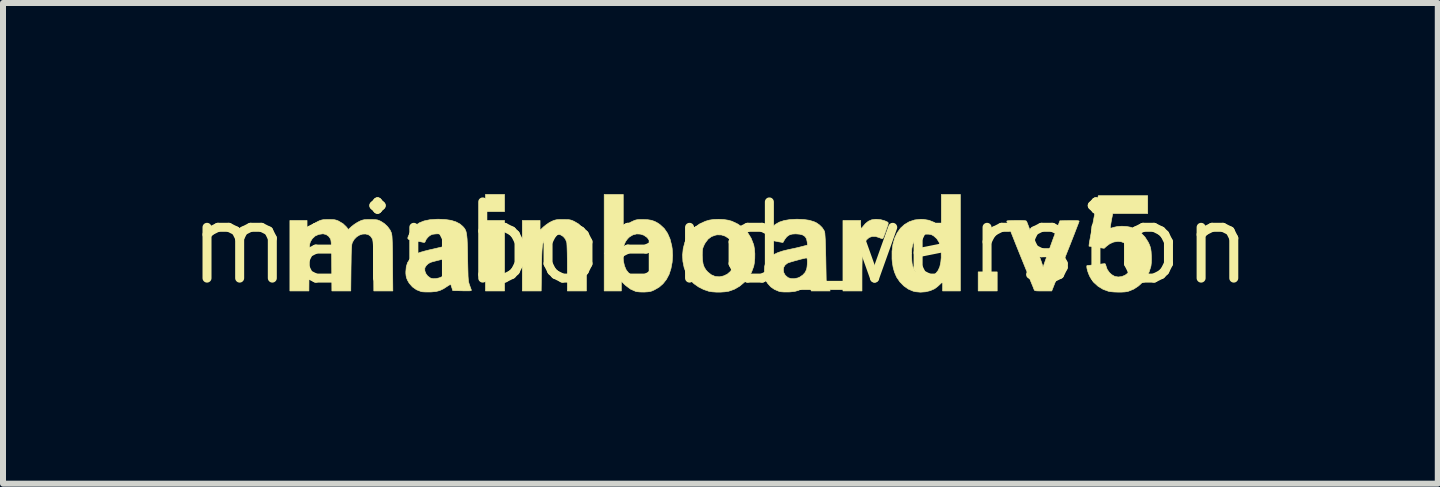
<source format=kicad_pcb>
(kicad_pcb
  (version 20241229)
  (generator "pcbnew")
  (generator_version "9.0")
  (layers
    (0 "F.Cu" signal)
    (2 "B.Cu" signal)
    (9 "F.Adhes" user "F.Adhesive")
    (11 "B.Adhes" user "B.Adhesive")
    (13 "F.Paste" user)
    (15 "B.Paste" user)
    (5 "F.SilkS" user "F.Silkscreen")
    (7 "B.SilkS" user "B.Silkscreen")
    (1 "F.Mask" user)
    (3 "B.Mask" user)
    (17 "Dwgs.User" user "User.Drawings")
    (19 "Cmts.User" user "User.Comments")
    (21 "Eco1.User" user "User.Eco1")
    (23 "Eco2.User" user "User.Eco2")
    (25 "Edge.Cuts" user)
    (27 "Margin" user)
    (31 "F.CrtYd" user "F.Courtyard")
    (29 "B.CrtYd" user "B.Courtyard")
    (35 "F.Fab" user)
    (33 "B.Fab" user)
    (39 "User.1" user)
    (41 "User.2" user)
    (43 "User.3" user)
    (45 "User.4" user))
  (footprint "mainboard_version"
    (layer "F.Cu")
    (at 8.958 1.006)
    (property "Reference" "mainboard_version" (at 0 0 0) (layer "F.SilkS") (effects (font (size 1.27 1.27) (thickness 0.15))))
    (attr through_hole)
    (fp_poly (pts (xy -3.598 -0.529) (xy -3.916 -0.529) (xy -3.916 -0.815) (xy -3.598 -0.815) (xy -3.598 -0.529)) (stroke (width 0.01) (type solid)) (fill yes) (layer "F.SilkS"))
    (fp_poly (pts (xy -3.598 0.794) (xy -3.916 0.794) (xy -3.916 -0.381) (xy -3.598 -0.381) (xy -3.598 0.794)) (stroke (width 0.01) (type solid)) (fill yes) (layer "F.SilkS"))
    (fp_poly (pts (xy 4.614 0.794) (xy 4.297 0.794) (xy 4.297 0.476) (xy 4.614 0.476) (xy 4.614 0.794)) (stroke (width 0.01) (type solid)) (fill yes) (layer "F.SilkS"))
    (fp_poly (pts (xy 2.674 -0.394) (xy 2.741 -0.375) (xy 2.787 -0.354) (xy 2.794 -0.348) (xy 2.797 -0.339) (xy 2.796 -0.323) (xy 2.789 -0.297) (xy 2.775 -0.257) (xy 2.761 -0.216) (xy 2.744 -0.168) (xy 2.728 -0.126) (xy 2.716 -0.096) (xy 2.709 -0.081) (xy 2.708 -0.081) (xy 2.695 -0.079) (xy 2.668 -0.087) (xy 2.652 -0.094) (xy 2.589 -0.114) (xy 2.531 -0.115) (xy 2.479 -0.097) (xy 2.436 -0.059) (xy 2.411 -0.02) (xy 2.397 0.011) (xy 2.386 0.046) (xy 2.377 0.088) (xy 2.371 0.139) (xy 2.366 0.201) (xy 2.363 0.278) (xy 2.361 0.37) (xy 2.36 0.481) (xy 2.36 0.505) (xy 2.36 0.794) (xy 2.043 0.794) (xy 2.043 -0.381) (xy 2.339 -0.381) (xy 2.339 -0.23) (xy 2.369 -0.271) (xy 2.418 -0.329) (xy 2.468 -0.369) (xy 2.521 -0.392) (xy 2.583 -0.401) (xy 2.606 -0.401) (xy 2.674 -0.394)) (stroke (width 0.01) (type solid)) (fill yes) (layer "F.SilkS"))
    (fp_poly (pts (xy -2.571 -0.396) (xy -2.532 -0.395) (xy -2.502 -0.39) (xy -2.476 -0.383) (xy -2.447 -0.37) (xy -2.434 -0.364) (xy -2.362 -0.321) (xy -2.307 -0.268) (xy -2.269 -0.202) (xy -2.245 -0.122) (xy -2.244 -0.117) (xy -2.241 -0.093) (xy -2.239 -0.05) (xy -2.237 0.009) (xy -2.235 0.082) (xy -2.234 0.168) (xy -2.233 0.262) (xy -2.233 0.364) (xy -2.233 0.794) (xy -2.551 0.794) (xy -2.551 0.41) (xy -2.551 0.32) (xy -2.552 0.235) (xy -2.553 0.159) (xy -2.555 0.092) (xy -2.557 0.039) (xy -2.559 0.002) (xy -2.561 -0.015) (xy -2.583 -0.071) (xy -2.619 -0.114) (xy -2.665 -0.142) (xy -2.719 -0.156) (xy -2.775 -0.155) (xy -2.832 -0.137) (xy -2.886 -0.103) (xy -2.904 -0.086) (xy -2.922 -0.067) (xy -2.936 -0.048) (xy -2.948 -0.026) (xy -2.958 -0.000311) (xy -2.965 0.032) (xy -2.97 0.074) (xy -2.974 0.126) (xy -2.977 0.192) (xy -2.979 0.274) (xy -2.981 0.374) (xy -2.982 0.426) (xy -2.987 0.794) (xy -3.302 0.794) (xy -3.302 -0.381) (xy -3.006 -0.381) (xy -3.006 -0.219) (xy -2.948 -0.274) (xy -2.906 -0.308) (xy -2.857 -0.342) (xy -2.818 -0.363) (xy -2.785 -0.378) (xy -2.758 -0.387) (xy -2.731 -0.393) (xy -2.697 -0.396) (xy -2.651 -0.397) (xy -2.625 -0.397) (xy -2.571 -0.396)) (stroke (width 0.01) (type solid)) (fill yes) (layer "F.SilkS"))
    (fp_poly (pts (xy 4.999 -0.381) (xy 5.043 -0.38) (xy 5.073 -0.378) (xy 5.091 -0.375) (xy 5.101 -0.37) (xy 5.106 -0.362) (xy 5.117 -0.334) (xy 5.134 -0.29) (xy 5.155 -0.233) (xy 5.179 -0.166) (xy 5.206 -0.094) (xy 5.233 -0.018) (xy 5.261 0.057) (xy 5.287 0.129) (xy 5.31 0.195) (xy 5.33 0.25) (xy 5.345 0.293) (xy 5.355 0.32) (xy 5.355 0.322) (xy 5.379 0.395) (xy 5.44 0.221) (xy 5.464 0.154) (xy 5.493 0.073) (xy 5.524 -0.013) (xy 5.555 -0.098) (xy 5.58 -0.164) (xy 5.659 -0.376) (xy 5.819 -0.379) (xy 5.885 -0.379) (xy 5.931 -0.379) (xy 5.961 -0.377) (xy 5.976 -0.373) (xy 5.98 -0.369) (xy 5.976 -0.357) (xy 5.965 -0.327) (xy 5.947 -0.281) (xy 5.924 -0.221) (xy 5.896 -0.148) (xy 5.863 -0.064) (xy 5.827 0.028) (xy 5.787 0.128) (xy 5.751 0.219) (xy 5.523 0.794) (xy 5.381 0.794) (xy 5.323 0.794) (xy 5.283 0.793) (xy 5.258 0.791) (xy 5.243 0.787) (xy 5.234 0.781) (xy 5.23 0.771) (xy 5.229 0.77) (xy 5.223 0.756) (xy 5.211 0.724) (xy 5.191 0.676) (xy 5.166 0.615) (xy 5.137 0.541) (xy 5.103 0.456) (xy 5.065 0.363) (xy 5.025 0.264) (xy 4.996 0.193) (xy 4.955 0.091) (xy 4.916 -0.006) (xy 4.881 -0.095) (xy 4.849 -0.175) (xy 4.822 -0.243) (xy 4.8 -0.299) (xy 4.784 -0.34) (xy 4.775 -0.364) (xy 4.773 -0.37) (xy 4.783 -0.375) (xy 4.813 -0.378) (xy 4.861 -0.38) (xy 4.926 -0.381) (xy 4.936 -0.381) (xy 4.999 -0.381)) (stroke (width 0.01) (type solid)) (fill yes) (layer "F.SilkS"))
    (fp_poly (pts (xy -1.619 -0.263) (xy -1.574 -0.301) (xy -1.538 -0.326) (xy -1.494 -0.353) (xy -1.465 -0.367) (xy -1.434 -0.381) (xy -1.406 -0.39) (xy -1.375 -0.395) (xy -1.334 -0.397) (xy -1.291 -0.397) (xy -1.213 -0.394) (xy -1.15 -0.384) (xy -1.094 -0.365) (xy -1.041 -0.336) (xy -1.008 -0.313) (xy -0.937 -0.248) (xy -0.881 -0.167) (xy -0.839 -0.071) (xy -0.811 0.04) (xy -0.803 0.092) (xy -0.797 0.204) (xy -0.804 0.315) (xy -0.824 0.421) (xy -0.855 0.517) (xy -0.898 0.598) (xy -0.9 0.602) (xy -0.958 0.675) (xy -1.024 0.732) (xy -1.101 0.776) (xy -1.138 0.793) (xy -1.17 0.803) (xy -1.207 0.808) (xy -1.254 0.811) (xy -1.27 0.812) (xy -1.337 0.811) (xy -1.39 0.806) (xy -1.415 0.8) (xy -1.498 0.763) (xy -1.575 0.706) (xy -1.602 0.681) (xy -1.651 0.632) (xy -1.651 0.794) (xy -1.937 0.794) (xy -1.937 0.191) (xy -1.623 0.191) (xy -1.617 0.292) (xy -1.599 0.376) (xy -1.569 0.445) (xy -1.526 0.498) (xy -1.472 0.536) (xy -1.42 0.554) (xy -1.362 0.561) (xy -1.305 0.556) (xy -1.284 0.55) (xy -1.243 0.525) (xy -1.203 0.486) (xy -1.169 0.438) (xy -1.153 0.403) (xy -1.133 0.33) (xy -1.124 0.248) (xy -1.124 0.164) (xy -1.135 0.082) (xy -1.154 0.008) (xy -1.178 -0.044) (xy -1.222 -0.098) (xy -1.275 -0.135) (xy -1.334 -0.154) (xy -1.396 -0.157) (xy -1.458 -0.141) (xy -1.515 -0.107) (xy -1.546 -0.077) (xy -1.58 -0.031) (xy -1.603 0.021) (xy -1.617 0.085) (xy -1.623 0.164) (xy -1.623 0.191) (xy -1.937 0.191) (xy -1.937 -0.815) (xy -1.619 -0.815) (xy -1.619 -0.263)) (stroke (width 0.01) (type solid)) (fill yes) (layer "F.SilkS"))
    (fp_poly (pts (xy 4 0.794) (xy 3.704 0.794) (xy 3.704 0.641) (xy 3.654 0.689) (xy 3.621 0.719) (xy 3.587 0.745) (xy 3.567 0.759) (xy 3.498 0.789) (xy 3.419 0.808) (xy 3.335 0.814) (xy 3.255 0.807) (xy 3.213 0.797) (xy 3.133 0.763) (xy 3.058 0.71) (xy 2.993 0.644) (xy 2.94 0.567) (xy 2.933 0.553) (xy 2.901 0.478) (xy 2.879 0.398) (xy 2.865 0.308) (xy 2.861 0.259) (xy 2.861 0.174) (xy 3.187 0.174) (xy 3.188 0.227) (xy 3.191 0.288) (xy 3.195 0.333) (xy 3.202 0.369) (xy 3.212 0.399) (xy 3.216 0.409) (xy 3.253 0.47) (xy 3.302 0.52) (xy 3.339 0.544) (xy 3.38 0.557) (xy 3.432 0.561) (xy 3.484 0.556) (xy 3.529 0.542) (xy 3.534 0.54) (xy 3.588 0.504) (xy 3.628 0.455) (xy 3.657 0.392) (xy 3.674 0.313) (xy 3.681 0.238) (xy 3.68 0.135) (xy 3.667 0.049) (xy 3.643 -0.022) (xy 3.606 -0.079) (xy 3.556 -0.123) (xy 3.554 -0.124) (xy 3.527 -0.14) (xy 3.5 -0.149) (xy 3.467 -0.153) (xy 3.433 -0.153) (xy 3.391 -0.152) (xy 3.361 -0.148) (xy 3.337 -0.138) (xy 3.311 -0.121) (xy 3.264 -0.081) (xy 3.229 -0.035) (xy 3.205 0.022) (xy 3.191 0.09) (xy 3.187 0.174) (xy 2.861 0.174) (xy 2.861 0.132) (xy 2.876 0.017) (xy 2.905 -0.087) (xy 2.948 -0.177) (xy 3.004 -0.254) (xy 3.071 -0.315) (xy 3.15 -0.361) (xy 3.239 -0.39) (xy 3.338 -0.401) (xy 3.382 -0.4) (xy 3.477 -0.384) (xy 3.562 -0.35) (xy 3.636 -0.298) (xy 3.643 -0.292) (xy 3.683 -0.255) (xy 3.683 -0.815) (xy 4 -0.815) (xy 4 0.794)) (stroke (width 0.01) (type solid)) (fill yes) (layer "F.SilkS"))
    (fp_poly (pts (xy 0.054 -0.397) (xy 0.133 -0.385) (xy 0.192 -0.368) (xy 0.293 -0.32) (xy 0.381 -0.256) (xy 0.455 -0.178) (xy 0.512 -0.086) (xy 0.552 0.016) (xy 0.557 0.033) (xy 0.568 0.097) (xy 0.574 0.173) (xy 0.573 0.252) (xy 0.566 0.327) (xy 0.556 0.381) (xy 0.52 0.479) (xy 0.468 0.569) (xy 0.4 0.648) (xy 0.32 0.715) (xy 0.231 0.766) (xy 0.137 0.799) (xy 0.077 0.808) (xy 0.006 0.813) (xy -0.069 0.813) (xy -0.139 0.808) (xy -0.193 0.799) (xy -0.278 0.77) (xy -0.362 0.728) (xy -0.436 0.676) (xy -0.456 0.659) (xy -0.519 0.586) (xy -0.569 0.5) (xy -0.604 0.405) (xy -0.625 0.302) (xy -0.63 0.201) (xy -0.302 0.201) (xy -0.298 0.281) (xy -0.288 0.346) (xy -0.269 0.399) (xy -0.239 0.446) (xy -0.21 0.478) (xy -0.151 0.525) (xy -0.087 0.552) (xy -0.018 0.558) (xy 0.048 0.545) (xy 0.114 0.515) (xy 0.168 0.468) (xy 0.209 0.405) (xy 0.236 0.326) (xy 0.245 0.278) (xy 0.251 0.188) (xy 0.241 0.104) (xy 0.218 0.03) (xy 0.182 -0.034) (xy 0.136 -0.084) (xy 0.08 -0.12) (xy 0.017 -0.14) (xy -0.053 -0.142) (xy -0.08 -0.137) (xy -0.148 -0.113) (xy -0.204 -0.071) (xy -0.251 -0.01) (xy -0.267 0.018) (xy -0.282 0.052) (xy -0.293 0.08) (xy -0.298 0.108) (xy -0.301 0.143) (xy -0.302 0.192) (xy -0.302 0.201) (xy -0.63 0.201) (xy -0.63 0.196) (xy -0.62 0.089) (xy -0.593 -0.015) (xy -0.561 -0.091) (xy -0.505 -0.183) (xy -0.433 -0.261) (xy -0.347 -0.323) (xy -0.249 -0.368) (xy -0.184 -0.387) (xy -0.112 -0.398) (xy -0.03 -0.401) (xy 0.054 -0.397)) (stroke (width 0.01) (type solid)) (fill yes) (layer "F.SilkS"))
    (fp_poly (pts (xy 7.123 -0.497) (xy 6.541 -0.497) (xy 6.536 -0.474) (xy 6.53 -0.444) (xy 6.522 -0.405) (xy 6.514 -0.361) (xy 6.507 -0.319) (xy 6.501 -0.285) (xy 6.498 -0.263) (xy 6.498 -0.26) (xy 6.504 -0.254) (xy 6.524 -0.256) (xy 6.554 -0.266) (xy 6.617 -0.28) (xy 6.692 -0.285) (xy 6.769 -0.281) (xy 6.84 -0.268) (xy 6.85 -0.265) (xy 6.934 -0.228) (xy 7.011 -0.173) (xy 7.078 -0.103) (xy 7.131 -0.02) (xy 7.151 0.022) (xy 7.165 0.06) (xy 7.174 0.097) (xy 7.18 0.141) (xy 7.183 0.199) (xy 7.184 0.207) (xy 7.185 0.268) (xy 7.183 0.325) (xy 7.178 0.371) (xy 7.176 0.383) (xy 7.147 0.476) (xy 7.101 0.564) (xy 7.041 0.643) (xy 6.97 0.71) (xy 6.89 0.763) (xy 6.804 0.798) (xy 6.783 0.804) (xy 6.741 0.81) (xy 6.686 0.813) (xy 6.624 0.813) (xy 6.562 0.811) (xy 6.507 0.806) (xy 6.471 0.8) (xy 6.38 0.767) (xy 6.297 0.717) (xy 6.225 0.652) (xy 6.169 0.574) (xy 6.154 0.545) (xy 6.136 0.503) (xy 6.121 0.46) (xy 6.111 0.421) (xy 6.107 0.391) (xy 6.109 0.373) (xy 6.113 0.37) (xy 6.127 0.369) (xy 6.157 0.366) (xy 6.2 0.361) (xy 6.251 0.355) (xy 6.26 0.354) (xy 6.312 0.349) (xy 6.357 0.344) (xy 6.391 0.34) (xy 6.408 0.339) (xy 6.41 0.339) (xy 6.419 0.348) (xy 6.426 0.371) (xy 6.428 0.379) (xy 6.447 0.434) (xy 6.485 0.488) (xy 6.522 0.522) (xy 6.573 0.551) (xy 6.631 0.561) (xy 6.691 0.554) (xy 6.748 0.53) (xy 6.782 0.504) (xy 6.818 0.459) (xy 6.843 0.399) (xy 6.859 0.331) (xy 6.864 0.259) (xy 6.859 0.187) (xy 6.843 0.12) (xy 6.816 0.064) (xy 6.797 0.039) (xy 6.744 -0.003) (xy 6.683 -0.026) (xy 6.628 -0.032) (xy 6.557 -0.022) (xy 6.492 0.006) (xy 6.438 0.046) (xy 6.397 0.083) (xy 6.27 0.065) (xy 6.144 0.047) (xy 6.147 0.015) (xy 6.149 -0.001) (xy 6.155 -0.036) (xy 6.164 -0.085) (xy 6.175 -0.146) (xy 6.188 -0.216) (xy 6.202 -0.293) (xy 6.217 -0.372) (xy 6.232 -0.452) (xy 6.247 -0.529) (xy 6.26 -0.6) (xy 6.272 -0.663) (xy 6.282 -0.714) (xy 6.289 -0.751) (xy 6.294 -0.77) (xy 6.299 -0.794) (xy 7.123 -0.794) (xy 7.123 -0.497)) (stroke (width 0.01) (type solid)) (fill yes) (layer "F.SilkS"))
    (fp_poly (pts (xy -5.783 -0.396) (xy -5.745 -0.394) (xy -5.716 -0.39) (xy -5.691 -0.381) (xy -5.662 -0.368) (xy -5.66 -0.367) (xy -5.601 -0.329) (xy -5.548 -0.279) (xy -5.506 -0.222) (xy -5.485 -0.176) (xy -5.481 -0.16) (xy -5.477 -0.141) (xy -5.474 -0.117) (xy -5.472 -0.084) (xy -5.47 -0.042) (xy -5.468 0.011) (xy -5.466 0.079) (xy -5.465 0.162) (xy -5.464 0.263) (xy -5.464 0.336) (xy -5.46 0.794) (xy -5.777 0.794) (xy -5.78 0.378) (xy -5.781 0.271) (xy -5.783 0.183) (xy -5.784 0.112) (xy -5.785 0.056) (xy -5.787 0.013) (xy -5.79 -0.02) (xy -5.793 -0.044) (xy -5.796 -0.061) (xy -5.801 -0.074) (xy -5.802 -0.076) (xy -5.83 -0.118) (xy -5.869 -0.145) (xy -5.915 -0.156) (xy -5.965 -0.154) (xy -6.015 -0.138) (xy -6.061 -0.11) (xy -6.102 -0.069) (xy -6.133 -0.018) (xy -6.138 -0.003) (xy -6.143 0.015) (xy -6.146 0.043) (xy -6.149 0.084) (xy -6.152 0.139) (xy -6.154 0.21) (xy -6.155 0.299) (xy -6.157 0.407) (xy -6.157 0.415) (xy -6.161 0.794) (xy -6.476 0.794) (xy -6.479 0.378) (xy -6.48 0.272) (xy -6.481 0.184) (xy -6.482 0.113) (xy -6.484 0.057) (xy -6.486 0.014) (xy -6.488 -0.018) (xy -6.491 -0.042) (xy -6.494 -0.06) (xy -6.499 -0.073) (xy -6.5 -0.076) (xy -6.529 -0.117) (xy -6.571 -0.146) (xy -6.618 -0.158) (xy -6.625 -0.159) (xy -6.695 -0.149) (xy -6.755 -0.122) (xy -6.802 -0.078) (xy -6.831 -0.032) (xy -6.836 -0.019) (xy -6.841 -0.004) (xy -6.845 0.013) (xy -6.848 0.036) (xy -6.85 0.067) (xy -6.852 0.107) (xy -6.853 0.16) (xy -6.854 0.227) (xy -6.855 0.312) (xy -6.856 0.405) (xy -6.859 0.794) (xy -7.176 0.794) (xy -7.176 -0.381) (xy -6.89 -0.381) (xy -6.89 -0.305) (xy -6.89 -0.23) (xy -6.837 -0.28) (xy -6.798 -0.311) (xy -6.75 -0.342) (xy -6.712 -0.363) (xy -6.678 -0.379) (xy -6.65 -0.388) (xy -6.62 -0.394) (xy -6.583 -0.396) (xy -6.532 -0.397) (xy -6.53 -0.397) (xy -6.477 -0.396) (xy -6.438 -0.394) (xy -6.409 -0.388) (xy -6.381 -0.379) (xy -6.361 -0.369) (xy -6.29 -0.327) (xy -6.234 -0.273) (xy -6.22 -0.255) (xy -6.203 -0.23) (xy -6.147 -0.281) (xy -6.106 -0.313) (xy -6.057 -0.345) (xy -6.022 -0.364) (xy -5.99 -0.379) (xy -5.962 -0.388) (xy -5.934 -0.394) (xy -5.898 -0.396) (xy -5.849 -0.397) (xy -5.837 -0.397) (xy -5.783 -0.396)) (stroke (width 0.01) (type solid)) (fill yes) (layer "F.SilkS"))
    (fp_poly (pts (xy 1.391 -0.397) (xy 1.483 -0.384) (xy 1.561 -0.36) (xy 1.6 -0.342) (xy 1.652 -0.306) (xy 1.697 -0.261) (xy 1.729 -0.212) (xy 1.737 -0.191) (xy 1.741 -0.17) (xy 1.744 -0.128) (xy 1.748 -0.068) (xy 1.751 0.008) (xy 1.754 0.1) (xy 1.756 0.207) (xy 1.757 0.233) (xy 1.764 0.619) (xy 1.797 0.706) (xy 1.829 0.794) (xy 1.515 0.794) (xy 1.497 0.738) (xy 1.487 0.707) (xy 1.479 0.685) (xy 1.476 0.679) (xy 1.467 0.684) (xy 1.446 0.698) (xy 1.417 0.719) (xy 1.417 0.719) (xy 1.358 0.758) (xy 1.3 0.785) (xy 1.237 0.802) (xy 1.161 0.81) (xy 1.132 0.811) (xy 1.061 0.811) (xy 1.007 0.807) (xy 0.979 0.801) (xy 0.901 0.768) (xy 0.839 0.725) (xy 0.789 0.669) (xy 0.759 0.621) (xy 0.748 0.597) (xy 0.741 0.571) (xy 0.737 0.537) (xy 0.736 0.491) (xy 0.736 0.471) (xy 0.736 0.444) (xy 1.049 0.444) (xy 1.057 0.489) (xy 1.081 0.532) (xy 1.121 0.567) (xy 1.132 0.574) (xy 1.178 0.588) (xy 1.233 0.589) (xy 1.29 0.577) (xy 1.317 0.566) (xy 1.372 0.53) (xy 1.414 0.484) (xy 1.438 0.431) (xy 1.438 0.43) (xy 1.444 0.396) (xy 1.448 0.356) (xy 1.45 0.315) (xy 1.449 0.279) (xy 1.445 0.254) (xy 1.44 0.243) (xy 1.439 0.243) (xy 1.419 0.246) (xy 1.383 0.254) (xy 1.337 0.265) (xy 1.286 0.279) (xy 1.234 0.293) (xy 1.186 0.307) (xy 1.147 0.319) (xy 1.122 0.328) (xy 1.119 0.33) (xy 1.08 0.36) (xy 1.056 0.399) (xy 1.049 0.444) (xy 0.736 0.444) (xy 0.736 0.421) (xy 0.738 0.386) (xy 0.744 0.36) (xy 0.753 0.335) (xy 0.768 0.307) (xy 0.801 0.259) (xy 0.842 0.219) (xy 0.895 0.184) (xy 0.96 0.154) (xy 1.042 0.127) (xy 1.141 0.103) (xy 1.18 0.095) (xy 1.237 0.083) (xy 1.298 0.069) (xy 1.353 0.055) (xy 1.369 0.051) (xy 1.452 0.029) (xy 1.447 -0.023) (xy 1.436 -0.075) (xy 1.412 -0.113) (xy 1.373 -0.139) (xy 1.319 -0.153) (xy 1.254 -0.158) (xy 1.194 -0.154) (xy 1.147 -0.139) (xy 1.107 -0.11) (xy 1.072 -0.065) (xy 1.043 -0.014) (xy 1.033 -0.015) (xy 1.007 -0.02) (xy 0.969 -0.026) (xy 0.925 -0.035) (xy 0.878 -0.044) (xy 0.834 -0.052) (xy 0.798 -0.06) (xy 0.773 -0.066) (xy 0.764 -0.068) (xy 0.764 -0.081) (xy 0.771 -0.108) (xy 0.784 -0.142) (xy 0.801 -0.177) (xy 0.812 -0.198) (xy 0.858 -0.263) (xy 0.914 -0.314) (xy 0.981 -0.353) (xy 1.063 -0.38) (xy 1.159 -0.396) (xy 1.272 -0.402) (xy 1.281 -0.402) (xy 1.391 -0.397)) (stroke (width 0.01) (type solid)) (fill yes) (layer "F.SilkS"))
    (fp_poly (pts (xy -4.585 -0.397) (xy -4.489 -0.383) (xy -4.409 -0.358) (xy -4.342 -0.323) (xy -4.295 -0.283) (xy -4.277 -0.263) (xy -4.262 -0.244) (xy -4.25 -0.222) (xy -4.24 -0.196) (xy -4.233 -0.164) (xy -4.227 -0.123) (xy -4.222 -0.072) (xy -4.219 -0.007) (xy -4.216 0.073) (xy -4.214 0.171) (xy -4.213 0.249) (xy -4.211 0.349) (xy -4.209 0.431) (xy -4.207 0.496) (xy -4.206 0.548) (xy -4.203 0.588) (xy -4.2 0.618) (xy -4.197 0.642) (xy -4.192 0.662) (xy -4.187 0.679) (xy -4.182 0.693) (xy -4.169 0.73) (xy -4.158 0.76) (xy -4.152 0.776) (xy -4.151 0.783) (xy -4.156 0.788) (xy -4.169 0.791) (xy -4.193 0.792) (xy -4.232 0.792) (xy -4.288 0.792) (xy -4.303 0.791) (xy -4.461 0.788) (xy -4.474 0.746) (xy -4.484 0.716) (xy -4.491 0.694) (xy -4.493 0.69) (xy -4.503 0.687) (xy -4.526 0.699) (xy -4.549 0.714) (xy -4.615 0.757) (xy -4.676 0.786) (xy -4.74 0.803) (xy -4.814 0.81) (xy -4.837 0.811) (xy -4.888 0.811) (xy -4.935 0.81) (xy -4.973 0.807) (xy -4.988 0.804) (xy -5.065 0.774) (xy -5.133 0.726) (xy -5.188 0.663) (xy -5.216 0.614) (xy -5.231 0.577) (xy -5.239 0.543) (xy -5.243 0.502) (xy -5.243 0.471) (xy -5.238 0.414) (xy -4.927 0.414) (xy -4.927 0.459) (xy -4.909 0.505) (xy -4.879 0.545) (xy -4.837 0.576) (xy -4.826 0.581) (xy -4.787 0.589) (xy -4.738 0.587) (xy -4.687 0.576) (xy -4.642 0.557) (xy -4.641 0.556) (xy -4.606 0.531) (xy -4.573 0.501) (xy -4.564 0.49) (xy -4.551 0.47) (xy -4.542 0.45) (xy -4.536 0.425) (xy -4.533 0.389) (xy -4.531 0.347) (xy -4.53 0.303) (xy -4.531 0.269) (xy -4.532 0.248) (xy -4.533 0.243) (xy -4.548 0.246) (xy -4.578 0.253) (xy -4.62 0.262) (xy -4.667 0.274) (xy -4.717 0.286) (xy -4.763 0.298) (xy -4.801 0.308) (xy -4.826 0.316) (xy -4.831 0.317) (xy -4.871 0.34) (xy -4.904 0.372) (xy -4.925 0.407) (xy -4.927 0.414) (xy -5.238 0.414) (xy -5.236 0.391) (xy -5.215 0.323) (xy -5.178 0.265) (xy -5.144 0.229) (xy -5.115 0.205) (xy -5.081 0.183) (xy -5.041 0.164) (xy -4.99 0.146) (xy -4.926 0.128) (xy -4.846 0.108) (xy -4.805 0.099) (xy -4.744 0.085) (xy -4.685 0.071) (xy -4.634 0.059) (xy -4.597 0.049) (xy -4.585 0.046) (xy -4.53 0.03) (xy -4.53 -0.021) (xy -4.538 -0.074) (xy -4.564 -0.114) (xy -4.606 -0.141) (xy -4.666 -0.156) (xy -4.715 -0.159) (xy -4.756 -0.156) (xy -4.795 -0.151) (xy -4.807 -0.148) (xy -4.843 -0.13) (xy -4.878 -0.099) (xy -4.906 -0.063) (xy -4.917 -0.037) (xy -4.928 -0.017) (xy -4.941 -0.015) (xy -4.958 -0.018) (xy -4.991 -0.025) (xy -5.035 -0.033) (xy -5.086 -0.042) (xy -5.088 -0.043) (xy -5.144 -0.053) (xy -5.182 -0.061) (xy -5.203 -0.07) (xy -5.211 -0.084) (xy -5.207 -0.105) (xy -5.193 -0.136) (xy -5.179 -0.165) (xy -5.137 -0.238) (xy -5.084 -0.296) (xy -5.019 -0.341) (xy -4.94 -0.373) (xy -4.845 -0.393) (xy -4.735 -0.401) (xy -4.699 -0.402) (xy -4.585 -0.397)) (stroke (width 0.01) (type solid)) (fill yes) (layer "F.SilkS")))
  (gr_rect
    (start -3 -3)
    (end 20.916 5.012)
    (stroke (width 0.1) (type default))
    (fill no)
    (layer "Edge.Cuts")))
</source>
